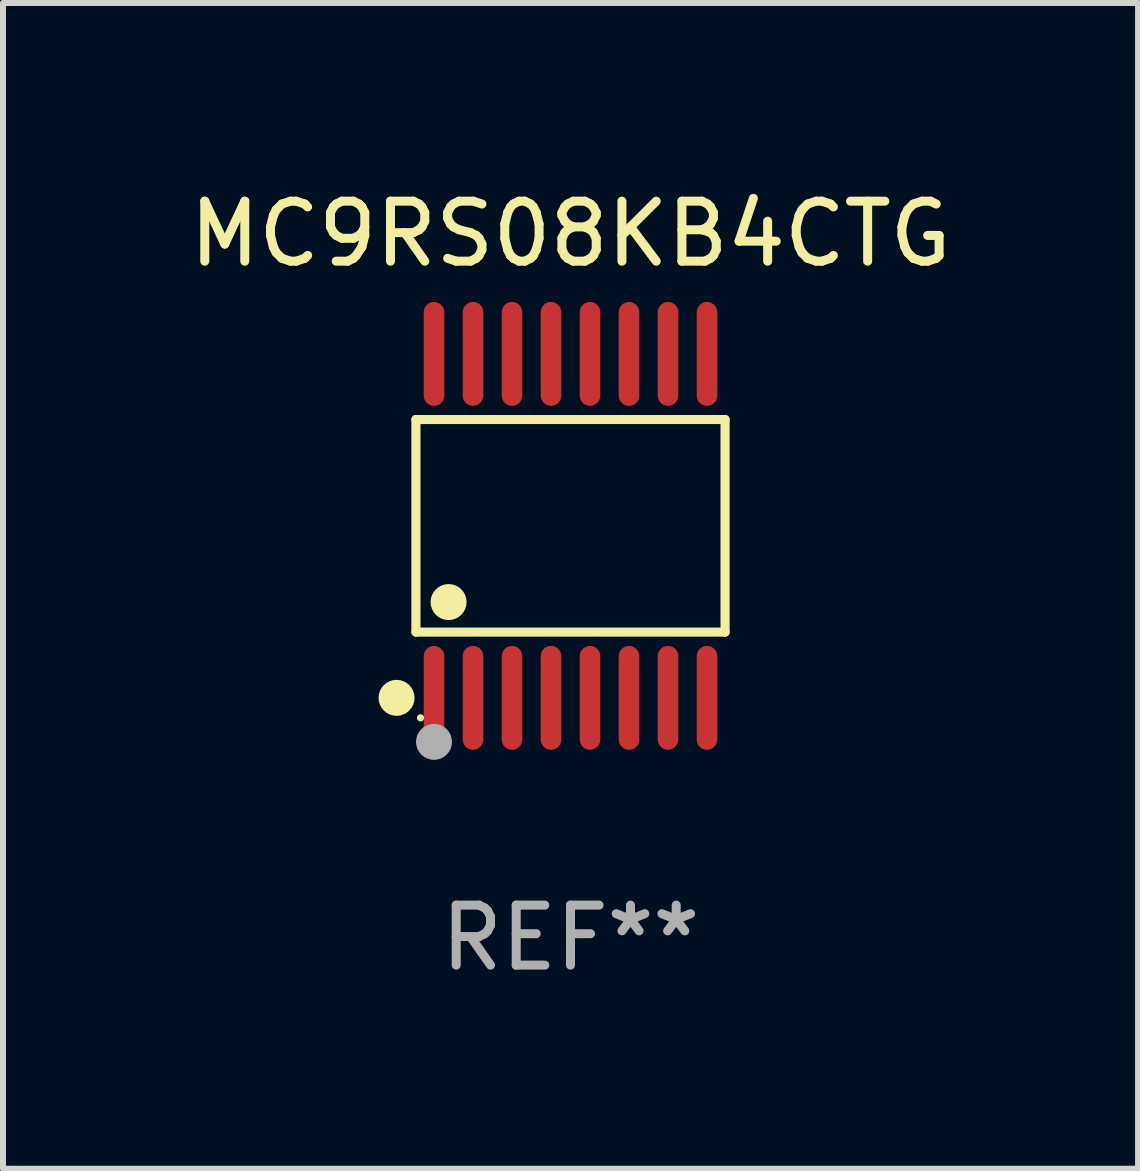
<source format=kicad_pcb>
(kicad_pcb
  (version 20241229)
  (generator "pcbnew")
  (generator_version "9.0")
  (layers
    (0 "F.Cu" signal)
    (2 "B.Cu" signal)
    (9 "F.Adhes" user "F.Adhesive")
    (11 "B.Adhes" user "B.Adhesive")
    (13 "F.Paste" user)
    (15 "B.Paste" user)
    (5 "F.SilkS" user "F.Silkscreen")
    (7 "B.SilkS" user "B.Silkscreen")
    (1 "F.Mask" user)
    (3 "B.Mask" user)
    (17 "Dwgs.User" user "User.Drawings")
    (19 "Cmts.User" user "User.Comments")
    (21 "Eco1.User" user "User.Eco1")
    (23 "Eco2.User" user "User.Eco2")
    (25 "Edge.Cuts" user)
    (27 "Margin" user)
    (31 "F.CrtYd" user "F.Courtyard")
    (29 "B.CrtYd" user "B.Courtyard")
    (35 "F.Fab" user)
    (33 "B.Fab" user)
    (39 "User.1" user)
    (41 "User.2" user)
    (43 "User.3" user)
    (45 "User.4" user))
  (footprint "MC9RS08KB4CTG"
    (layer "F.Cu")
    (at 6.458 5.714)
    (property "Reference" "MC9RS08KB4CTG" (at 0 -4.866 0) (layer "F.SilkS") (effects (font (size 1 1) (thickness 0.15))))
    (attr through_hole)
    (fp_line (start -2.576 -1.772) (end 2.576 -1.772) (stroke (width 0.152) (type solid)) (layer "F.SilkS"))
    (fp_line (start -2.576 1.771) (end -2.576 -1.772) (stroke (width 0.152) (type solid)) (layer "F.SilkS"))
    (fp_line (start 2.576 -1.772) (end 2.576 1.771) (stroke (width 0.152) (type solid)) (layer "F.SilkS"))
    (fp_line (start 2.576 1.771) (end -2.576 1.771) (stroke (width 0.152) (type solid)) (layer "F.SilkS"))
    (fp_circle (center -2.899 2.866) (end -2.749 2.866) (stroke (width 0.3) (type solid)) (fill no) (layer "F.SilkS"))
    (fp_circle (center -2.5 3.2) (end -2.47 3.2) (stroke (width 0.06) (type solid)) (fill no) (layer "F.SilkS"))
    (fp_circle (center -2.032 1.27) (end -1.882 1.27) (stroke (width 0.3) (type solid)) (fill no) (layer "F.SilkS"))
    (fp_circle (center -2.275 3.6) (end -2.125 3.6) (stroke (width 0.3) (type solid)) (fill no) (layer "F.Fab"))
    (fp_text user "REF**" (at 0 6.866 0) (layer "F.Fab") (effects (font (size 1 1) (thickness 0.15))))
    (pad "1" smd oval (at -2.275 2.866) (size 0.343 1.731) (layers "F.Cu" "F.Mask" "F.Paste"))
    (pad "2" smd oval (at -1.625 2.866) (size 0.343 1.731) (layers "F.Cu" "F.Mask" "F.Paste"))
    (pad "3" smd oval (at -0.975 2.866) (size 0.343 1.731) (layers "F.Cu" "F.Mask" "F.Paste"))
    (pad "4" smd oval (at -0.325 2.866) (size 0.343 1.731) (layers "F.Cu" "F.Mask" "F.Paste"))
    (pad "5" smd oval (at 0.325 2.866) (size 0.343 1.731) (layers "F.Cu" "F.Mask" "F.Paste"))
    (pad "6" smd oval (at 0.975 2.866) (size 0.343 1.731) (layers "F.Cu" "F.Mask" "F.Paste"))
    (pad "7" smd oval (at 1.625 2.866) (size 0.343 1.731) (layers "F.Cu" "F.Mask" "F.Paste"))
    (pad "8" smd oval (at 2.275 2.866) (size 0.343 1.731) (layers "F.Cu" "F.Mask" "F.Paste"))
    (pad "9" smd oval (at 2.275 -2.866) (size 0.343 1.731) (layers "F.Cu" "F.Mask" "F.Paste"))
    (pad "10" smd oval (at 1.625 -2.866) (size 0.343 1.731) (layers "F.Cu" "F.Mask" "F.Paste"))
    (pad "11" smd oval (at 0.975 -2.866) (size 0.343 1.731) (layers "F.Cu" "F.Mask" "F.Paste"))
    (pad "12" smd oval (at 0.325 -2.866) (size 0.343 1.731) (layers "F.Cu" "F.Mask" "F.Paste"))
    (pad "13" smd oval (at -0.325 -2.866) (size 0.343 1.731) (layers "F.Cu" "F.Mask" "F.Paste"))
    (pad "14" smd oval (at -0.975 -2.866) (size 0.343 1.731) (layers "F.Cu" "F.Mask" "F.Paste"))
    (pad "15" smd oval (at -1.625 -2.866) (size 0.343 1.731) (layers "F.Cu" "F.Mask" "F.Paste"))
    (pad "16" smd oval (at -2.275 -2.866) (size 0.343 1.731) (layers "F.Cu" "F.Mask" "F.Paste")))
  (gr_rect
    (start -3 -3)
    (end 15.917 16.428)
    (stroke (width 0.1) (type default))
    (fill no)
    (layer "Edge.Cuts")))
</source>
